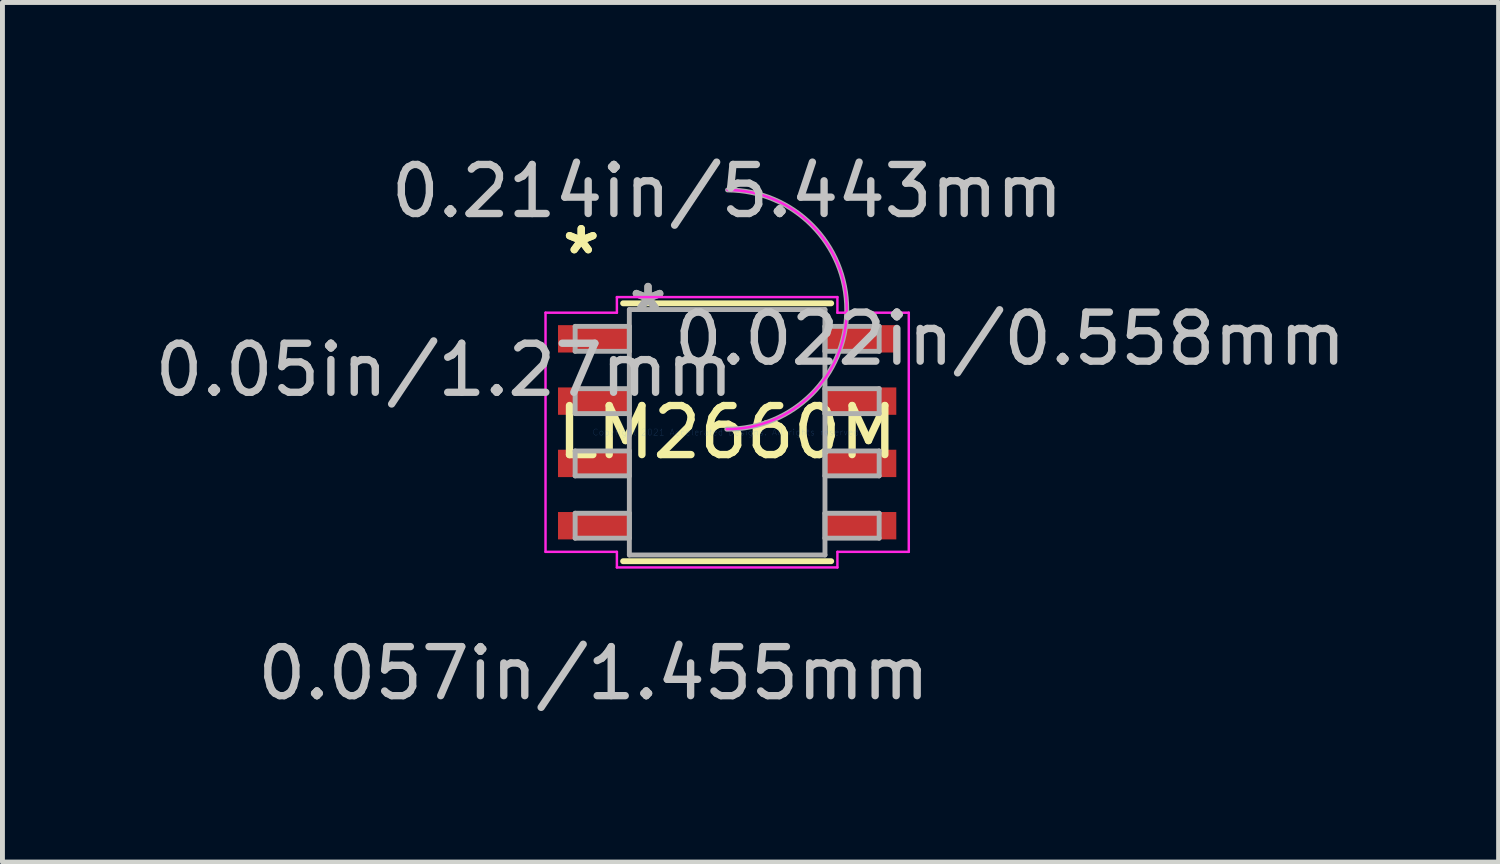
<source format=kicad_pcb>
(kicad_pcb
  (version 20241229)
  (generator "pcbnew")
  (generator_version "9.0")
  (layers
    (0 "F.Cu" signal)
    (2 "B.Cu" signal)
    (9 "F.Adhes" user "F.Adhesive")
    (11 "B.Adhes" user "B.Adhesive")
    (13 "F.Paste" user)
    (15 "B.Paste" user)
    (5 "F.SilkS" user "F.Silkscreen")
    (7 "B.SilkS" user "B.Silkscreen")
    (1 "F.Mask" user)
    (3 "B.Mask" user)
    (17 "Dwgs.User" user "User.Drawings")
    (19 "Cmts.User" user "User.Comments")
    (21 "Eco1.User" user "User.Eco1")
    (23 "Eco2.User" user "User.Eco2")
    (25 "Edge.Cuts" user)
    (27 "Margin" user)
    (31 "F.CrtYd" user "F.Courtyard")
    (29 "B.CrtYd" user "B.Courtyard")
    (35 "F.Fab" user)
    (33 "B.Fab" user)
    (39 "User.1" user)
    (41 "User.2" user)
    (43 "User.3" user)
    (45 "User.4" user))
  (footprint "LM2660M"
    (layer "F.Cu")
    (at 11.775 5.763)
    (property "Reference" "LM2660M" (at 0 0 0) (layer "F.SilkS") (effects (font (size 1 1) (thickness 0.15))))
    (attr through_hole)
    (fp_line (start -2.121 2.629) (end 2.121 2.629) (stroke (width 0.12) (type solid)) (layer "F.SilkS"))
    (fp_line (start 2.121 -2.629) (end -2.121 -2.629) (stroke (width 0.12) (type solid)) (layer "F.SilkS"))
    (fp_line (start -3.703 -2.438) (end -2.248 -2.438) (stroke (width 0.05) (type solid)) (layer "F.CrtYd"))
    (fp_line (start -3.703 2.438) (end -3.703 -2.438) (stroke (width 0.05) (type solid)) (layer "F.CrtYd"))
    (fp_line (start -2.248 -2.756) (end 2.248 -2.756) (stroke (width 0.05) (type solid)) (layer "F.CrtYd"))
    (fp_line (start -2.248 -2.438) (end -2.248 -2.756) (stroke (width 0.05) (type solid)) (layer "F.CrtYd"))
    (fp_line (start -2.248 2.438) (end -3.703 2.438) (stroke (width 0.05) (type solid)) (layer "F.CrtYd"))
    (fp_line (start -2.248 2.756) (end -2.248 2.438) (stroke (width 0.05) (type solid)) (layer "F.CrtYd"))
    (fp_line (start 2.248 -2.756) (end 2.248 -2.438) (stroke (width 0.05) (type solid)) (layer "F.CrtYd"))
    (fp_line (start 2.248 -2.438) (end 3.703 -2.438) (stroke (width 0.05) (type solid)) (layer "F.CrtYd"))
    (fp_line (start 2.248 2.438) (end 2.248 2.756) (stroke (width 0.05) (type solid)) (layer "F.CrtYd"))
    (fp_line (start 2.248 2.756) (end -2.248 2.756) (stroke (width 0.05) (type solid)) (layer "F.CrtYd"))
    (fp_line (start 3.703 -2.438) (end 3.703 2.438) (stroke (width 0.05) (type solid)) (layer "F.CrtYd"))
    (fp_line (start 3.703 2.438) (end 2.248 2.438) (stroke (width 0.05) (type solid)) (layer "F.CrtYd"))
    (fp_arc (start 0.008441 -4.940252) (mid 2.438352 -2.493459) (end -0.008441 -0.063548) (stroke (width 0.05) (type solid)) (layer "F.CrtYd"))
    (fp_line (start -3.099 -2.159) (end -3.099 -1.651) (stroke (width 0.1) (type solid)) (layer "F.Fab"))
    (fp_line (start -3.099 -1.651) (end -1.994 -1.651) (stroke (width 0.1) (type solid)) (layer "F.Fab"))
    (fp_line (start -3.099 -0.889) (end -3.099 -0.381) (stroke (width 0.1) (type solid)) (layer "F.Fab"))
    (fp_line (start -3.099 -0.381) (end -1.994 -0.381) (stroke (width 0.1) (type solid)) (layer "F.Fab"))
    (fp_line (start -3.099 0.381) (end -3.099 0.889) (stroke (width 0.1) (type solid)) (layer "F.Fab"))
    (fp_line (start -3.099 0.889) (end -1.994 0.889) (stroke (width 0.1) (type solid)) (layer "F.Fab"))
    (fp_line (start -3.099 1.651) (end -3.099 2.159) (stroke (width 0.1) (type solid)) (layer "F.Fab"))
    (fp_line (start -3.099 2.159) (end -1.994 2.159) (stroke (width 0.1) (type solid)) (layer "F.Fab"))
    (fp_line (start -1.994 -2.502) (end -1.994 2.502) (stroke (width 0.1) (type solid)) (layer "F.Fab"))
    (fp_line (start -1.994 -2.159) (end -3.099 -2.159) (stroke (width 0.1) (type solid)) (layer "F.Fab"))
    (fp_line (start -1.994 -1.651) (end -1.994 -2.159) (stroke (width 0.1) (type solid)) (layer "F.Fab"))
    (fp_line (start -1.994 -0.889) (end -3.099 -0.889) (stroke (width 0.1) (type solid)) (layer "F.Fab"))
    (fp_line (start -1.994 -0.381) (end -1.994 -0.889) (stroke (width 0.1) (type solid)) (layer "F.Fab"))
    (fp_line (start -1.994 0.381) (end -3.099 0.381) (stroke (width 0.1) (type solid)) (layer "F.Fab"))
    (fp_line (start -1.994 0.889) (end -1.994 0.381) (stroke (width 0.1) (type solid)) (layer "F.Fab"))
    (fp_line (start -1.994 1.651) (end -3.099 1.651) (stroke (width 0.1) (type solid)) (layer "F.Fab"))
    (fp_line (start -1.994 2.159) (end -1.994 1.651) (stroke (width 0.1) (type solid)) (layer "F.Fab"))
    (fp_line (start -1.994 2.502) (end 1.994 2.502) (stroke (width 0.1) (type solid)) (layer "F.Fab"))
    (fp_line (start 1.994 -2.502) (end -1.994 -2.502) (stroke (width 0.1) (type solid)) (layer "F.Fab"))
    (fp_line (start 1.994 -2.159) (end 1.994 -1.651) (stroke (width 0.1) (type solid)) (layer "F.Fab"))
    (fp_line (start 1.994 -1.651) (end 3.099 -1.651) (stroke (width 0.1) (type solid)) (layer "F.Fab"))
    (fp_line (start 1.994 -0.889) (end 1.994 -0.381) (stroke (width 0.1) (type solid)) (layer "F.Fab"))
    (fp_line (start 1.994 -0.381) (end 3.099 -0.381) (stroke (width 0.1) (type solid)) (layer "F.Fab"))
    (fp_line (start 1.994 0.381) (end 1.994 0.889) (stroke (width 0.1) (type solid)) (layer "F.Fab"))
    (fp_line (start 1.994 0.889) (end 3.099 0.889) (stroke (width 0.1) (type solid)) (layer "F.Fab"))
    (fp_line (start 1.994 1.651) (end 1.994 2.159) (stroke (width 0.1) (type solid)) (layer "F.Fab"))
    (fp_line (start 1.994 2.159) (end 3.099 2.159) (stroke (width 0.1) (type solid)) (layer "F.Fab"))
    (fp_line (start 1.994 2.502) (end 1.994 -2.502) (stroke (width 0.1) (type solid)) (layer "F.Fab"))
    (fp_line (start 3.099 -2.159) (end 1.994 -2.159) (stroke (width 0.1) (type solid)) (layer "F.Fab"))
    (fp_line (start 3.099 -1.651) (end 3.099 -2.159) (stroke (width 0.1) (type solid)) (layer "F.Fab"))
    (fp_line (start 3.099 -0.889) (end 1.994 -0.889) (stroke (width 0.1) (type solid)) (layer "F.Fab"))
    (fp_line (start 3.099 -0.381) (end 3.099 -0.889) (stroke (width 0.1) (type solid)) (layer "F.Fab"))
    (fp_line (start 3.099 0.381) (end 1.994 0.381) (stroke (width 0.1) (type solid)) (layer "F.Fab"))
    (fp_line (start 3.099 0.889) (end 3.099 0.381) (stroke (width 0.1) (type solid)) (layer "F.Fab"))
    (fp_line (start 3.099 1.651) (end 1.994 1.651) (stroke (width 0.1) (type solid)) (layer "F.Fab"))
    (fp_line (start 3.099 2.159) (end 3.099 1.651) (stroke (width 0.1) (type solid)) (layer "F.Fab"))
    (fp_arc (start 0.007742 -4.940252) (mid 2.438352 -2.494158) (end -0.007742 -0.063548) (stroke (width 0.1) (type solid)) (layer "F.Fab"))
    (fp_text user "*" (at -2.975 -3.606 0) (layer "F.SilkS") (effects (font (size 1 1) (thickness 0.15))))
    (fp_text user "*" (at -2.975 -3.606 0) (layer "F.SilkS") (effects (font (size 1 1) (thickness 0.15))))
    (fp_text user "0.05in/1.27mm" (at -5.769 -1.27 0) (layer "Dwgs.User") (effects (font (size 1 1) (thickness 0.15))))
    (fp_text user "0.214in/5.443mm" (at 0 -4.915 0) (layer "Dwgs.User") (effects (font (size 1 1) (thickness 0.15))))
    (fp_text user "0.057in/1.455mm" (at -2.721 4.915 0) (layer "Dwgs.User") (effects (font (size 1 1) (thickness 0.15))))
    (fp_text user "0.022in/0.558mm" (at 5.769 -1.905 0) (layer "Dwgs.User") (effects (font (size 1 1) (thickness 0.15))))
    (fp_text user "Copyright 2021 Accelerated Designs. All rights reserved." (at 0 0 0) (layer "Cmts.User") (effects (font (size 0.127 0.127) (thickness 0.002))))
    (fp_text user "*" (at -1.613 -2.426 0) (layer "F.Fab") (effects (font (size 1 1) (thickness 0.15))))
    (fp_text user "*" (at -1.613 -2.426 0) (layer "F.Fab") (effects (font (size 1 1) (thickness 0.15))))
    (pad "1" smd rect (at -2.721 -1.905) (size 1.455 0.558) (layers "F.Cu" "F.Mask" "F.Paste"))
    (pad "2" smd rect (at -2.721 -0.635) (size 1.455 0.558) (layers "F.Cu" "F.Mask" "F.Paste"))
    (pad "3" smd rect (at -2.721 0.635) (size 1.455 0.558) (layers "F.Cu" "F.Mask" "F.Paste"))
    (pad "4" smd rect (at -2.721 1.905) (size 1.455 0.558) (layers "F.Cu" "F.Mask" "F.Paste"))
    (pad "5" smd rect (at 2.721 1.905) (size 1.455 0.558) (layers "F.Cu" "F.Mask" "F.Paste"))
    (pad "6" smd rect (at 2.721 0.635) (size 1.455 0.558) (layers "F.Cu" "F.Mask" "F.Paste"))
    (pad "7" smd rect (at 2.721 -0.635) (size 1.455 0.558) (layers "F.Cu" "F.Mask" "F.Paste"))
    (pad "8" smd rect (at 2.721 -1.905) (size 1.455 0.558) (layers "F.Cu" "F.Mask" "F.Paste")))
  (gr_rect
    (start -3 -3)
    (end 27.503 14.526)
    (stroke (width 0.1) (type default))
    (fill no)
    (layer "Edge.Cuts")))
</source>
